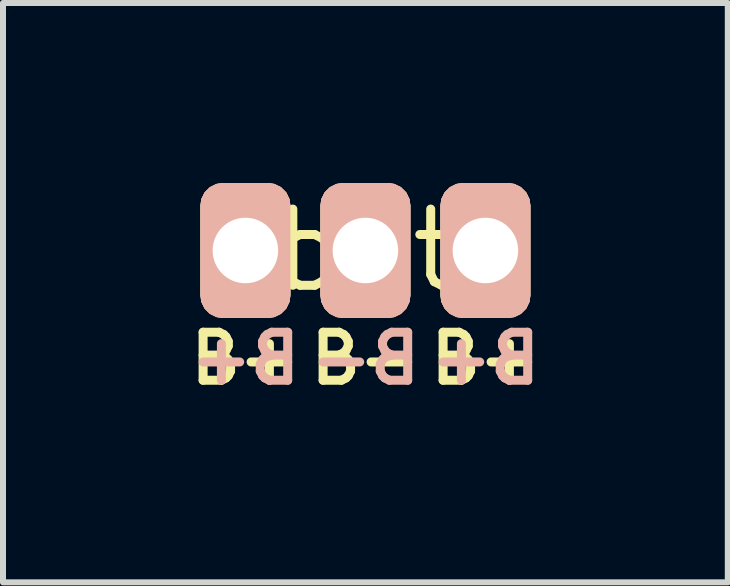
<source format=kicad_pcb>
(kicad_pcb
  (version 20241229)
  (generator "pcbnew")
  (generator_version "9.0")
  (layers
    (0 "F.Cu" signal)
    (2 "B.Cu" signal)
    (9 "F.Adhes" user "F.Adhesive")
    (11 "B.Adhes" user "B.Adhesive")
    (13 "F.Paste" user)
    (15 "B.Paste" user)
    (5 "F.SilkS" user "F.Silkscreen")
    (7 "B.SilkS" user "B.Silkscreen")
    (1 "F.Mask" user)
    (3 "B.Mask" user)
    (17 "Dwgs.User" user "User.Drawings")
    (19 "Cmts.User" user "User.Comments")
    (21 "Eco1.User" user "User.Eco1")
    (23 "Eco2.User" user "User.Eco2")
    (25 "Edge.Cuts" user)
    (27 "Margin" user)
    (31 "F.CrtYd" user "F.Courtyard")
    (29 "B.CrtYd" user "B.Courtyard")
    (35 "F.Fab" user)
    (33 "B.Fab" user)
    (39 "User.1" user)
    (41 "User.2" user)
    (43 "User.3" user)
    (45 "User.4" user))
  (footprint "bat"
    (layer "F.Cu")
    (at 3.04 1.125)
    (property "Reference" "bat" (at 0 0 0) (layer "F.SilkS") (effects (font (size 1.27 1.27) (thickness 0.15))))
    (attr through_hole)
    (fp_text user "B-" (at 0 1.8 0) (layer "F.SilkS") (effects (font (size 0.8 0.8) (thickness 0.15))))
    (fp_text user "B+" (at -2 1.8 0) (layer "F.SilkS") (effects (font (size 0.8 0.8) (thickness 0.15))))
    (fp_text user "B+" (at 2 1.8 0) (layer "F.SilkS") (effects (font (size 0.8 0.8) (thickness 0.15))))
    (fp_text user "B+" (at 2 1.8 0) (layer "B.SilkS") (effects (font (size 0.8 0.8) (thickness 0.15)) (justify mirror)))
    (fp_text user "B-" (at 0 1.8 0) (layer "B.SilkS") (effects (font (size 0.8 0.8) (thickness 0.15)) (justify mirror)))
    (fp_text user "B+" (at -2 1.8 0) (layer "B.SilkS") (effects (font (size 0.8 0.8) (thickness 0.15)) (justify mirror)))
    (pad "1" thru_hole roundrect (at -2 0) (size 1.5 2.25) (drill 1.092) (layers "*.Cu" "*.SilkS" "*.Mask") (roundrect_rratio 0.25))
    (pad "1" thru_hole roundrect (at 2 0) (size 1.5 2.25) (drill 1.092) (layers "*.Cu" "*.SilkS" "*.Mask") (roundrect_rratio 0.25))
    (pad "2" thru_hole roundrect (at 0 0) (size 1.5 2.25) (drill 1.092) (layers "*.Cu" "*.SilkS" "*.Mask") (roundrect_rratio 0.25)))
  (gr_rect
    (start -3 -3)
    (end 9.08 6.656)
    (stroke (width 0.1) (type default))
    (fill no)
    (layer "Edge.Cuts")))
</source>
